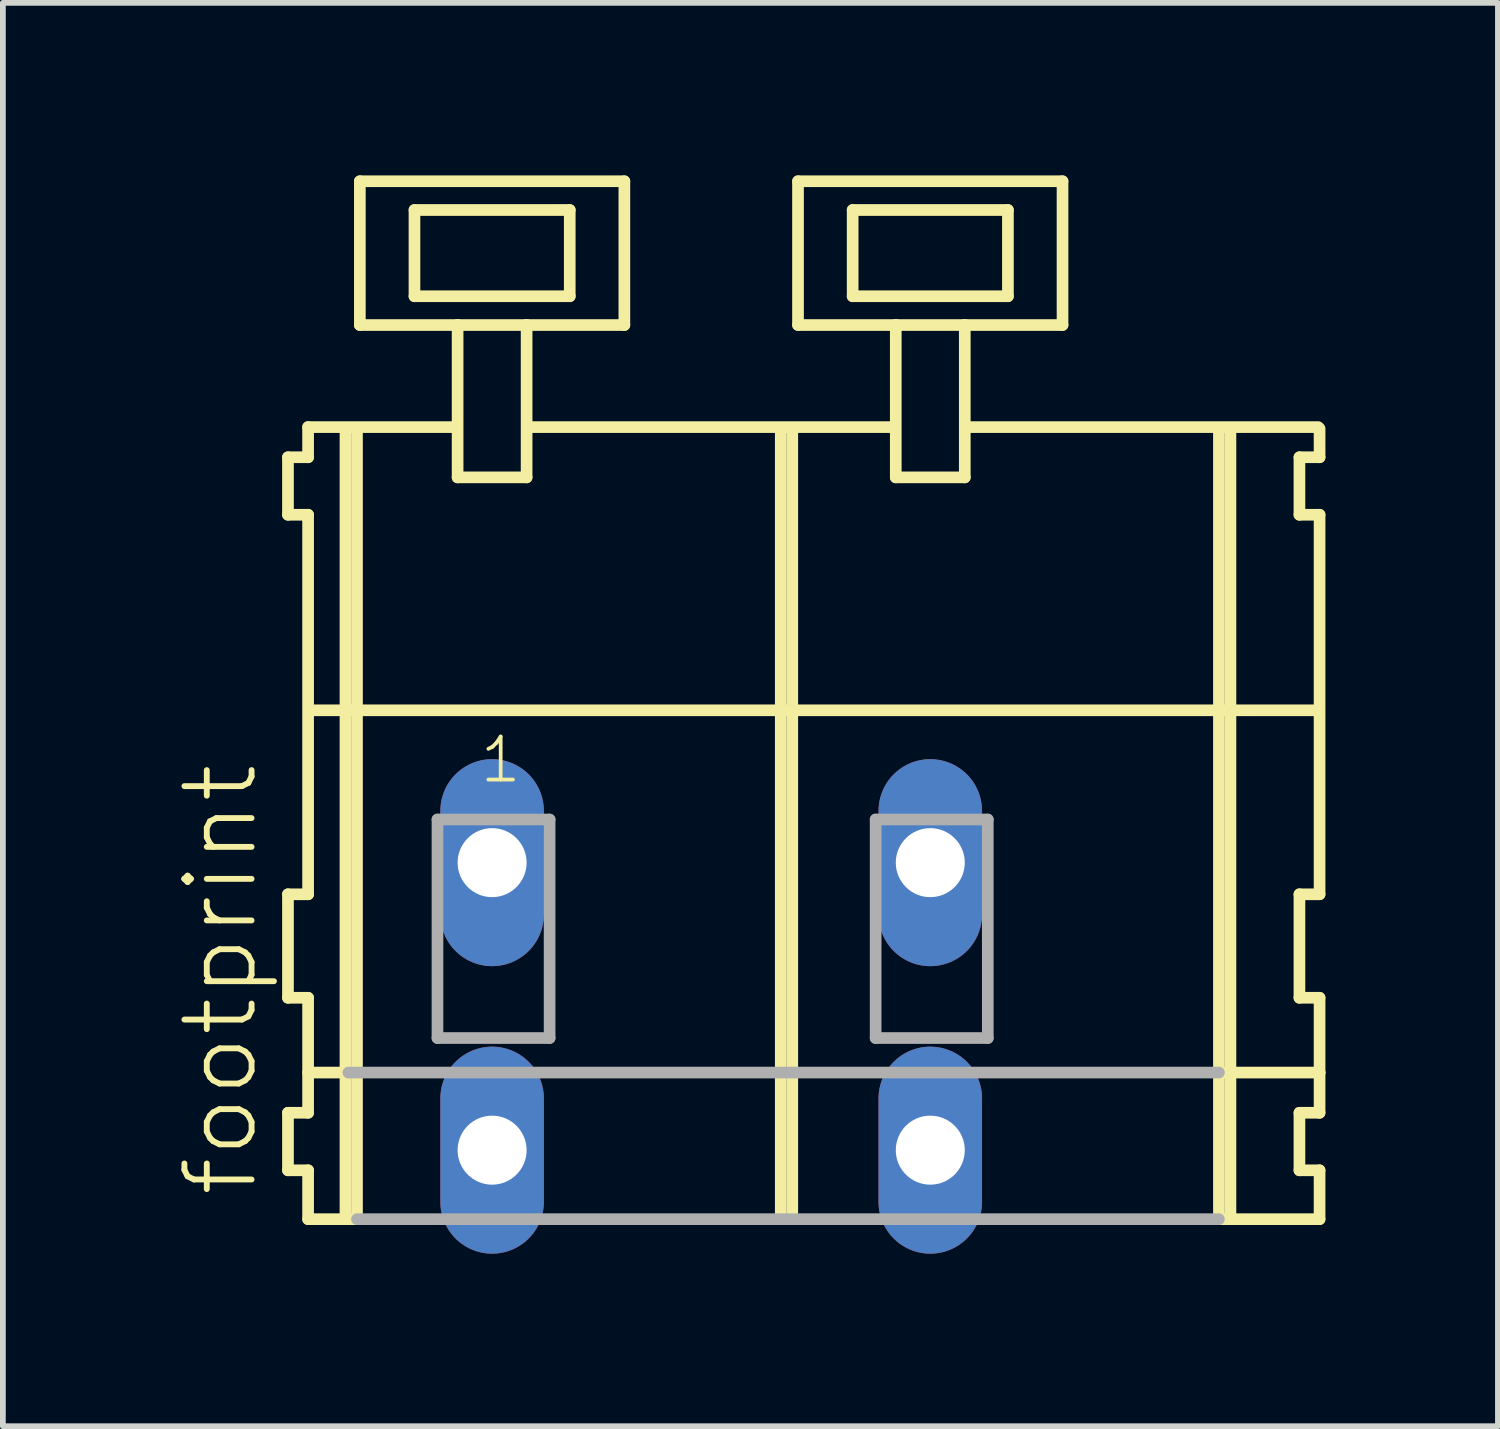
<source format=kicad_pcb>
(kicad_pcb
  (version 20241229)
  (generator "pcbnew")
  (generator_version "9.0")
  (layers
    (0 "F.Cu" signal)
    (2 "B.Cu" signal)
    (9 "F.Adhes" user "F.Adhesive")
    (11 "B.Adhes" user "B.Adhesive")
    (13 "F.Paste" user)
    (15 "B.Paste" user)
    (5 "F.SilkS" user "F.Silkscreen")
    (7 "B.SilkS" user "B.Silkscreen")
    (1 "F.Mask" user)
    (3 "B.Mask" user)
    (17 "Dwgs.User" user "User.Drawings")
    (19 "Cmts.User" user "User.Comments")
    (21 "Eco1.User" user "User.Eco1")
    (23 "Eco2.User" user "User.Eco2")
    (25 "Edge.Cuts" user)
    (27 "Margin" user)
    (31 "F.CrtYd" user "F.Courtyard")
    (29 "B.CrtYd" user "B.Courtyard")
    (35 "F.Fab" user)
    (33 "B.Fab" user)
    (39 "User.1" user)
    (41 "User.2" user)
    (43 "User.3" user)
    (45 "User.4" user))
  (footprint "footprint"
    (layer "F.Cu")
    (at 10.588 11.952)
    (property "Reference" "footprint" (at -9.115 5.855 90) (layer "F.SilkS") (effects (font (size 1.168 1.168) (thickness 0.102)) (justify left bottom)))
    (fp_line (start -8.63 -7.05) (end -8.63 -6.05) (stroke (width 0.203) (type solid)) (layer "F.SilkS"))
    (fp_line (start -8.63 -6.05) (end -8.28 -6.05) (stroke (width 0.203) (type solid)) (layer "F.SilkS"))
    (fp_line (start -8.63 0.55) (end -8.63 2.35) (stroke (width 0.203) (type solid)) (layer "F.SilkS"))
    (fp_line (start -8.63 2.35) (end -8.28 2.35) (stroke (width 0.203) (type solid)) (layer "F.SilkS"))
    (fp_line (start -8.63 4.35) (end -8.63 5.35) (stroke (width 0.203) (type solid)) (layer "F.SilkS"))
    (fp_line (start -8.63 5.35) (end -8.28 5.35) (stroke (width 0.203) (type solid)) (layer "F.SilkS"))
    (fp_line (start -8.28 -7.575) (end -8.28 -7.05) (stroke (width 0.203) (type solid)) (layer "F.SilkS"))
    (fp_line (start -8.28 -7.575) (end -5.705 -7.575) (stroke (width 0.203) (type solid)) (layer "F.SilkS"))
    (fp_line (start -8.28 -7.05) (end -8.63 -7.05) (stroke (width 0.203) (type solid)) (layer "F.SilkS"))
    (fp_line (start -8.28 -6.05) (end -8.28 0.55) (stroke (width 0.203) (type solid)) (layer "F.SilkS"))
    (fp_line (start -8.28 0.55) (end -8.63 0.55) (stroke (width 0.203) (type solid)) (layer "F.SilkS"))
    (fp_line (start -8.28 2.35) (end -8.28 4.35) (stroke (width 0.203) (type solid)) (layer "F.SilkS"))
    (fp_line (start -8.28 3.65) (end -7.58 3.65) (stroke (width 0.203) (type solid)) (layer "F.SilkS"))
    (fp_line (start -8.28 4.35) (end -8.63 4.35) (stroke (width 0.203) (type solid)) (layer "F.SilkS"))
    (fp_line (start -8.28 5.35) (end -8.28 6.2) (stroke (width 0.203) (type solid)) (layer "F.SilkS"))
    (fp_line (start -8.28 6.2) (end -7.63 6.2) (stroke (width 0.203) (type solid)) (layer "F.SilkS"))
    (fp_line (start -8.23 -2.65) (end 9.26 -2.65) (stroke (width 0.203) (type solid)) (layer "F.SilkS"))
    (fp_line (start -7.63 -7.55) (end -7.63 6.2) (stroke (width 0.203) (type solid)) (layer "F.SilkS"))
    (fp_line (start -7.63 6.2) (end -7.43 6.2) (stroke (width 0.203) (type solid)) (layer "F.SilkS"))
    (fp_line (start -7.43 -7.55) (end -7.43 6.2) (stroke (width 0.203) (type solid)) (layer "F.SilkS"))
    (fp_line (start -7.38 -11.85) (end -7.38 -9.35) (stroke (width 0.203) (type solid)) (layer "F.SilkS"))
    (fp_line (start -7.38 -9.35) (end -5.68 -9.35) (stroke (width 0.203) (type solid)) (layer "F.SilkS"))
    (fp_line (start -6.43 -11.35) (end -6.43 -9.85) (stroke (width 0.203) (type solid)) (layer "F.SilkS"))
    (fp_line (start -6.43 -9.85) (end -3.73 -9.85) (stroke (width 0.203) (type solid)) (layer "F.SilkS"))
    (fp_line (start -5.68 -9.35) (end -5.68 -6.7) (stroke (width 0.203) (type solid)) (layer "F.SilkS"))
    (fp_line (start -5.68 -9.35) (end -4.48 -9.35) (stroke (width 0.203) (type solid)) (layer "F.SilkS"))
    (fp_line (start -5.68 -6.7) (end -4.48 -6.7) (stroke (width 0.203) (type solid)) (layer "F.SilkS"))
    (fp_line (start -4.48 -9.35) (end -2.78 -9.35) (stroke (width 0.203) (type solid)) (layer "F.SilkS"))
    (fp_line (start -4.48 -6.7) (end -4.48 -9.35) (stroke (width 0.203) (type solid)) (layer "F.SilkS"))
    (fp_line (start -4.455 -7.575) (end 1.919 -7.575) (stroke (width 0.203) (type solid)) (layer "F.SilkS"))
    (fp_line (start -3.73 -11.35) (end -6.43 -11.35) (stroke (width 0.203) (type solid)) (layer "F.SilkS"))
    (fp_line (start -3.73 -9.85) (end -3.73 -11.35) (stroke (width 0.203) (type solid)) (layer "F.SilkS"))
    (fp_line (start -2.78 -11.85) (end -7.38 -11.85) (stroke (width 0.203) (type solid)) (layer "F.SilkS"))
    (fp_line (start -2.78 -9.35) (end -2.78 -11.85) (stroke (width 0.203) (type solid)) (layer "F.SilkS"))
    (fp_line (start -0.06 -7.55) (end -0.06 6.2) (stroke (width 0.203) (type solid)) (layer "F.SilkS"))
    (fp_line (start 0.14 -7.55) (end 0.14 6.2) (stroke (width 0.203) (type solid)) (layer "F.SilkS"))
    (fp_line (start 0.24 -11.85) (end 0.24 -9.35) (stroke (width 0.203) (type solid)) (layer "F.SilkS"))
    (fp_line (start 0.24 -9.35) (end 1.94 -9.35) (stroke (width 0.203) (type solid)) (layer "F.SilkS"))
    (fp_line (start 1.19 -11.35) (end 1.19 -9.85) (stroke (width 0.203) (type solid)) (layer "F.SilkS"))
    (fp_line (start 1.19 -9.85) (end 3.89 -9.85) (stroke (width 0.203) (type solid)) (layer "F.SilkS"))
    (fp_line (start 1.94 -9.35) (end 1.94 -6.7) (stroke (width 0.203) (type solid)) (layer "F.SilkS"))
    (fp_line (start 1.94 -9.35) (end 3.14 -9.35) (stroke (width 0.203) (type solid)) (layer "F.SilkS"))
    (fp_line (start 1.94 -6.7) (end 3.14 -6.7) (stroke (width 0.203) (type solid)) (layer "F.SilkS"))
    (fp_line (start 3.14 -9.35) (end 4.84 -9.35) (stroke (width 0.203) (type solid)) (layer "F.SilkS"))
    (fp_line (start 3.14 -6.7) (end 3.14 -9.35) (stroke (width 0.203) (type solid)) (layer "F.SilkS"))
    (fp_line (start 3.165 -7.575) (end 9.285 -7.575) (stroke (width 0.203) (type solid)) (layer "F.SilkS"))
    (fp_line (start 3.89 -11.35) (end 1.19 -11.35) (stroke (width 0.203) (type solid)) (layer "F.SilkS"))
    (fp_line (start 3.89 -9.85) (end 3.89 -11.35) (stroke (width 0.203) (type solid)) (layer "F.SilkS"))
    (fp_line (start 4.84 -11.85) (end 0.24 -11.85) (stroke (width 0.203) (type solid)) (layer "F.SilkS"))
    (fp_line (start 4.84 -9.35) (end 4.84 -11.85) (stroke (width 0.203) (type solid)) (layer "F.SilkS"))
    (fp_line (start 7.56 -7.55) (end 7.56 6.2) (stroke (width 0.203) (type solid)) (layer "F.SilkS"))
    (fp_line (start 7.56 6.2) (end 9.31 6.2) (stroke (width 0.203) (type solid)) (layer "F.SilkS"))
    (fp_line (start 7.61 3.65) (end 9.31 3.65) (stroke (width 0.203) (type solid)) (layer "F.SilkS"))
    (fp_line (start 7.76 -7.55) (end 7.76 6.2) (stroke (width 0.203) (type solid)) (layer "F.SilkS"))
    (fp_line (start 8.96 -7.05) (end 8.96 -6.05) (stroke (width 0.203) (type solid)) (layer "F.SilkS"))
    (fp_line (start 8.96 -6.05) (end 9.31 -6.05) (stroke (width 0.203) (type solid)) (layer "F.SilkS"))
    (fp_line (start 8.96 0.55) (end 8.96 2.35) (stroke (width 0.203) (type solid)) (layer "F.SilkS"))
    (fp_line (start 8.96 2.35) (end 9.31 2.35) (stroke (width 0.203) (type solid)) (layer "F.SilkS"))
    (fp_line (start 8.96 4.35) (end 8.96 5.35) (stroke (width 0.203) (type solid)) (layer "F.SilkS"))
    (fp_line (start 8.96 5.35) (end 9.31 5.35) (stroke (width 0.203) (type solid)) (layer "F.SilkS"))
    (fp_line (start 9.31 -7.05) (end 8.96 -7.05) (stroke (width 0.203) (type solid)) (layer "F.SilkS"))
    (fp_line (start 9.31 -7.05) (end 9.31 -7.55) (stroke (width 0.203) (type solid)) (layer "F.SilkS"))
    (fp_line (start 9.31 0.55) (end 8.96 0.55) (stroke (width 0.203) (type solid)) (layer "F.SilkS"))
    (fp_line (start 9.31 0.55) (end 9.31 -6.05) (stroke (width 0.203) (type solid)) (layer "F.SilkS"))
    (fp_line (start 9.31 3.65) (end 9.31 2.35) (stroke (width 0.203) (type solid)) (layer "F.SilkS"))
    (fp_line (start 9.31 4.35) (end 8.96 4.35) (stroke (width 0.203) (type solid)) (layer "F.SilkS"))
    (fp_line (start 9.31 4.35) (end 9.31 3.65) (stroke (width 0.203) (type solid)) (layer "F.SilkS"))
    (fp_line (start 9.31 6.2) (end 9.31 5.35) (stroke (width 0.203) (type solid)) (layer "F.SilkS"))
    (fp_line (start -7.58 3.65) (end 7.56 3.65) (stroke (width 0.203) (type solid)) (layer "F.Fab"))
    (fp_line (start -7.43 6.2) (end 7.56 6.2) (stroke (width 0.203) (type solid)) (layer "F.Fab"))
    (fp_line (start -6.03 -0.75) (end -6.03 3.05) (stroke (width 0.203) (type solid)) (layer "F.Fab"))
    (fp_line (start -6.03 3.05) (end -4.08 3.05) (stroke (width 0.203) (type solid)) (layer "F.Fab"))
    (fp_line (start -4.08 -0.75) (end -6.03 -0.75) (stroke (width 0.203) (type solid)) (layer "F.Fab"))
    (fp_line (start -4.08 3.05) (end -4.08 -0.75) (stroke (width 0.203) (type solid)) (layer "F.Fab"))
    (fp_line (start 1.59 -0.75) (end 1.59 3.05) (stroke (width 0.203) (type solid)) (layer "F.Fab"))
    (fp_line (start 1.59 3.05) (end 3.54 3.05) (stroke (width 0.203) (type solid)) (layer "F.Fab"))
    (fp_line (start 3.54 -0.75) (end 1.59 -0.75) (stroke (width 0.203) (type solid)) (layer "F.Fab"))
    (fp_line (start 3.54 3.05) (end 3.54 -0.75) (stroke (width 0.203) (type solid)) (layer "F.Fab"))
    (fp_text user "1" (at -5.33 -1.35 0) (layer "F.SilkS") (effects (font (size 0.748 0.748) (thickness 0.065)) (justify left bottom)))
    (pad "A1" thru_hole oval (at -5.08 0 90) (size 3.6 1.8) (drill 1.2) (layers "*.Cu" "*.Mask"))
    (pad "A2" thru_hole oval (at 2.54 0 90) (size 3.6 1.8) (drill 1.2) (layers "*.Cu" "*.Mask"))
    (pad "B1" thru_hole oval (at -5.08 5 90) (size 3.6 1.8) (drill 1.2) (layers "*.Cu" "*.Mask"))
    (pad "B2" thru_hole oval (at 2.54 5 90) (size 3.6 1.8) (drill 1.2) (layers "*.Cu" "*.Mask")))
  (gr_rect
    (start -3 -3)
    (end 23 21.752)
    (stroke (width 0.1) (type default))
    (fill no)
    (layer "Edge.Cuts")))
</source>
